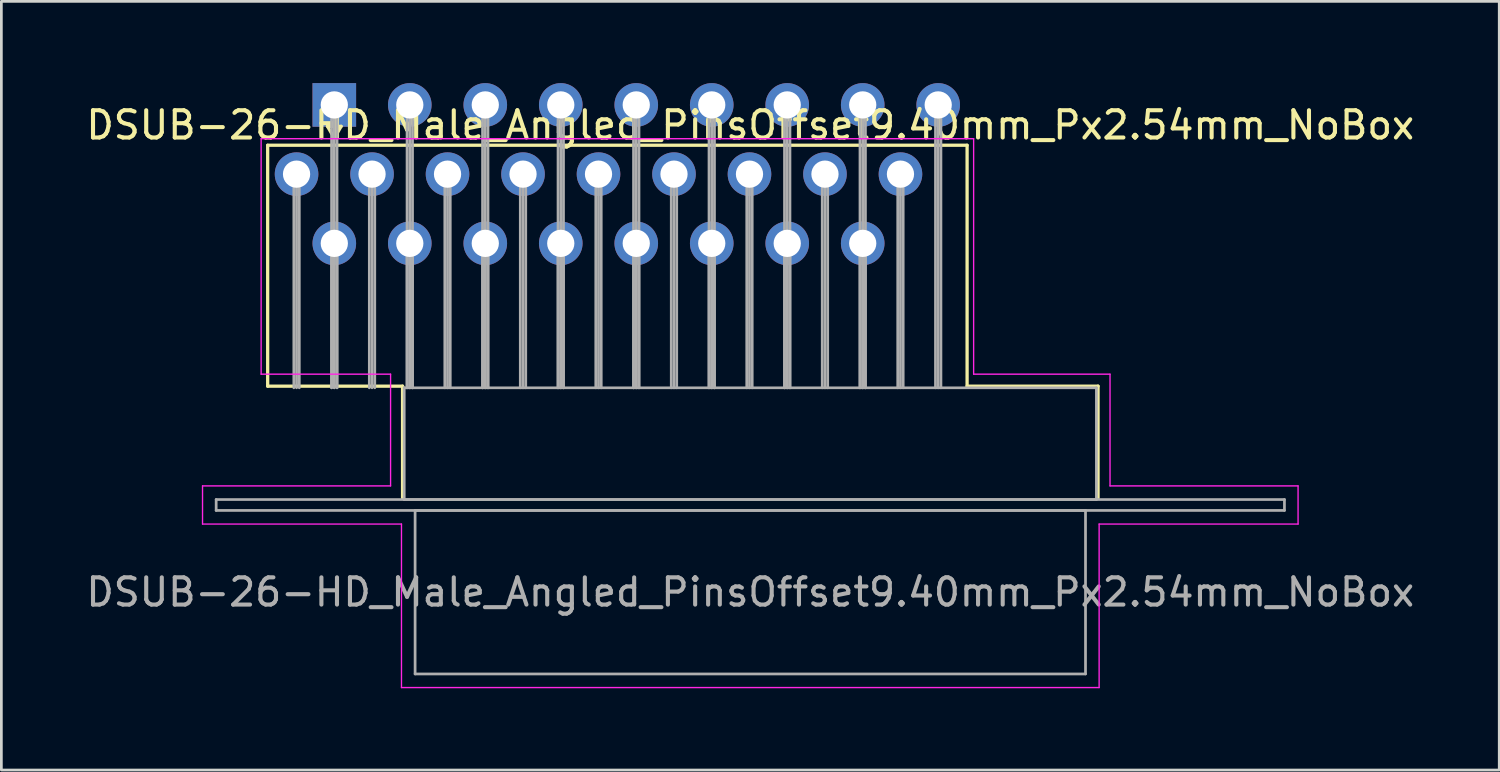
<source format=kicad_pcb>
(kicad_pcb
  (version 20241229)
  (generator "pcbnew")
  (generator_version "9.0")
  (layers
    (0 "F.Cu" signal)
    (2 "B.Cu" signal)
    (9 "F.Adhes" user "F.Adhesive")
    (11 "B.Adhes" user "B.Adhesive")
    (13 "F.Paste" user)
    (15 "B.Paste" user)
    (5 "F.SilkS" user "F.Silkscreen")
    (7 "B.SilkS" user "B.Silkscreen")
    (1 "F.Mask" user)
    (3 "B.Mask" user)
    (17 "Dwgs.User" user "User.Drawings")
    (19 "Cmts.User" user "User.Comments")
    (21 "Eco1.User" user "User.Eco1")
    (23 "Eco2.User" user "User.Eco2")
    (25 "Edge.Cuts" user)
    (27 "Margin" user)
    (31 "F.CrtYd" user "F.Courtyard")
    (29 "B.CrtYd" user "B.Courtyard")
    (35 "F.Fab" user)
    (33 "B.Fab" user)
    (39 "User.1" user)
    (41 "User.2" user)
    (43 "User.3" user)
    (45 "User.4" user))
  (footprint "DSUB-26-HD_Male_Angled_PinsOffset9.40mm_Px2.54mm_NoBox"
    (layer "F.Cu")
    (at 9.217 0.8)
    (property "Reference" "DSUB-26-HD_Male_Angled_PinsOffset9.40mm_Px2.54mm_NoBox" (at 15.265 0.74 0) (layer "F.SilkS") (effects (font (size 1 1) (thickness 0.15))))
    (attr through_hole)
    (fp_line (start -2.445 1.48) (end 23.22 1.48) (stroke (width 0.12) (type solid)) (layer "F.SilkS"))
    (fp_line (start -2.445 10.32) (end -2.445 1.48) (stroke (width 0.12) (type solid)) (layer "F.SilkS"))
    (fp_line (start -0.25 0.786) (end 0.25 0.786) (stroke (width 0.12) (type solid)) (layer "F.SilkS"))
    (fp_line (start 0 1.219) (end -0.25 0.786) (stroke (width 0.12) (type solid)) (layer "F.SilkS"))
    (fp_line (start 0.25 0.786) (end 0 1.219) (stroke (width 0.12) (type solid)) (layer "F.SilkS"))
    (fp_line (start 2.505 10.32) (end -2.445 10.32) (stroke (width 0.12) (type solid)) (layer "F.SilkS"))
    (fp_line (start 2.505 14.42) (end 2.505 10.32) (stroke (width 0.12) (type solid)) (layer "F.SilkS"))
    (fp_line (start 23.22 1.48) (end 23.22 10.32) (stroke (width 0.12) (type solid)) (layer "F.SilkS"))
    (fp_line (start 23.22 10.32) (end 28.025 10.32) (stroke (width 0.12) (type solid)) (layer "F.SilkS"))
    (fp_line (start 28.025 10.32) (end 28.025 14.42) (stroke (width 0.12) (type solid)) (layer "F.SilkS"))
    (fp_line (start -4.835 13.98) (end 2.065 13.98) (stroke (width 0.05) (type solid)) (layer "F.CrtYd"))
    (fp_line (start -4.835 15.38) (end -4.835 13.98) (stroke (width 0.05) (type solid)) (layer "F.CrtYd"))
    (fp_line (start -2.685 1.24) (end 23.46 1.24) (stroke (width 0.05) (type solid)) (layer "F.CrtYd"))
    (fp_line (start -2.685 9.88) (end -2.685 1.24) (stroke (width 0.05) (type solid)) (layer "F.CrtYd"))
    (fp_line (start 2.065 9.88) (end -2.685 9.88) (stroke (width 0.05) (type solid)) (layer "F.CrtYd"))
    (fp_line (start 2.065 13.98) (end 2.065 9.88) (stroke (width 0.05) (type solid)) (layer "F.CrtYd"))
    (fp_line (start 2.465 15.38) (end -4.835 15.38) (stroke (width 0.05) (type solid)) (layer "F.CrtYd"))
    (fp_line (start 2.465 21.38) (end 2.465 15.38) (stroke (width 0.05) (type solid)) (layer "F.CrtYd"))
    (fp_line (start 23.46 1.24) (end 23.46 9.88) (stroke (width 0.05) (type solid)) (layer "F.CrtYd"))
    (fp_line (start 23.46 9.88) (end 28.465 9.88) (stroke (width 0.05) (type solid)) (layer "F.CrtYd"))
    (fp_line (start 28.065 15.38) (end 28.065 21.38) (stroke (width 0.05) (type solid)) (layer "F.CrtYd"))
    (fp_line (start 28.065 21.38) (end 2.465 21.38) (stroke (width 0.05) (type solid)) (layer "F.CrtYd"))
    (fp_line (start 28.465 9.88) (end 28.465 13.98) (stroke (width 0.05) (type solid)) (layer "F.CrtYd"))
    (fp_line (start 28.465 13.98) (end 35.365 13.98) (stroke (width 0.05) (type solid)) (layer "F.CrtYd"))
    (fp_line (start 35.365 13.98) (end 35.365 15.38) (stroke (width 0.05) (type solid)) (layer "F.CrtYd"))
    (fp_line (start 35.365 15.38) (end 28.065 15.38) (stroke (width 0.05) (type solid)) (layer "F.CrtYd"))
    (fp_line (start -4.335 14.48) (end -4.335 14.88) (stroke (width 0.1) (type solid)) (layer "F.Fab"))
    (fp_line (start -4.335 14.88) (end 34.865 14.88) (stroke (width 0.1) (type solid)) (layer "F.Fab"))
    (fp_line (start -1.485 2.54) (end -1.485 10.38) (stroke (width 0.1) (type solid)) (layer "F.Fab"))
    (fp_line (start -1.385 2.54) (end -1.385 10.38) (stroke (width 0.1) (type solid)) (layer "F.Fab"))
    (fp_line (start -1.285 2.54) (end -1.285 10.38) (stroke (width 0.1) (type solid)) (layer "F.Fab"))
    (fp_line (start -0.1 0) (end -0.1 10.38) (stroke (width 0.1) (type solid)) (layer "F.Fab"))
    (fp_line (start -0.1 5.08) (end -0.1 10.38) (stroke (width 0.1) (type solid)) (layer "F.Fab"))
    (fp_line (start 0 0) (end 0 10.38) (stroke (width 0.1) (type solid)) (layer "F.Fab"))
    (fp_line (start 0 5.08) (end 0 10.38) (stroke (width 0.1) (type solid)) (layer "F.Fab"))
    (fp_line (start 0.1 0) (end 0.1 10.38) (stroke (width 0.1) (type solid)) (layer "F.Fab"))
    (fp_line (start 0.1 5.08) (end 0.1 10.38) (stroke (width 0.1) (type solid)) (layer "F.Fab"))
    (fp_line (start 1.285 2.54) (end 1.285 10.38) (stroke (width 0.1) (type solid)) (layer "F.Fab"))
    (fp_line (start 1.385 2.54) (end 1.385 10.38) (stroke (width 0.1) (type solid)) (layer "F.Fab"))
    (fp_line (start 1.485 2.54) (end 1.485 10.38) (stroke (width 0.1) (type solid)) (layer "F.Fab"))
    (fp_line (start 2.565 10.38) (end 2.565 14.48) (stroke (width 0.1) (type solid)) (layer "F.Fab"))
    (fp_line (start 2.565 14.48) (end 27.965 14.48) (stroke (width 0.1) (type solid)) (layer "F.Fab"))
    (fp_line (start 2.67 0) (end 2.67 10.38) (stroke (width 0.1) (type solid)) (layer "F.Fab"))
    (fp_line (start 2.67 5.08) (end 2.67 10.38) (stroke (width 0.1) (type solid)) (layer "F.Fab"))
    (fp_line (start 2.77 0) (end 2.77 10.38) (stroke (width 0.1) (type solid)) (layer "F.Fab"))
    (fp_line (start 2.77 5.08) (end 2.77 10.38) (stroke (width 0.1) (type solid)) (layer "F.Fab"))
    (fp_line (start 2.87 0) (end 2.87 10.38) (stroke (width 0.1) (type solid)) (layer "F.Fab"))
    (fp_line (start 2.87 5.08) (end 2.87 10.38) (stroke (width 0.1) (type solid)) (layer "F.Fab"))
    (fp_line (start 2.965 14.88) (end 2.965 20.88) (stroke (width 0.1) (type solid)) (layer "F.Fab"))
    (fp_line (start 2.965 20.88) (end 27.565 20.88) (stroke (width 0.1) (type solid)) (layer "F.Fab"))
    (fp_line (start 4.055 2.54) (end 4.055 10.38) (stroke (width 0.1) (type solid)) (layer "F.Fab"))
    (fp_line (start 4.155 2.54) (end 4.155 10.38) (stroke (width 0.1) (type solid)) (layer "F.Fab"))
    (fp_line (start 4.255 2.54) (end 4.255 10.38) (stroke (width 0.1) (type solid)) (layer "F.Fab"))
    (fp_line (start 5.44 0) (end 5.44 10.38) (stroke (width 0.1) (type solid)) (layer "F.Fab"))
    (fp_line (start 5.44 5.08) (end 5.44 10.38) (stroke (width 0.1) (type solid)) (layer "F.Fab"))
    (fp_line (start 5.54 0) (end 5.54 10.38) (stroke (width 0.1) (type solid)) (layer "F.Fab"))
    (fp_line (start 5.54 5.08) (end 5.54 10.38) (stroke (width 0.1) (type solid)) (layer "F.Fab"))
    (fp_line (start 5.64 0) (end 5.64 10.38) (stroke (width 0.1) (type solid)) (layer "F.Fab"))
    (fp_line (start 5.64 5.08) (end 5.64 10.38) (stroke (width 0.1) (type solid)) (layer "F.Fab"))
    (fp_line (start 6.825 2.54) (end 6.825 10.38) (stroke (width 0.1) (type solid)) (layer "F.Fab"))
    (fp_line (start 6.925 2.54) (end 6.925 10.38) (stroke (width 0.1) (type solid)) (layer "F.Fab"))
    (fp_line (start 7.025 2.54) (end 7.025 10.38) (stroke (width 0.1) (type solid)) (layer "F.Fab"))
    (fp_line (start 8.21 0) (end 8.21 10.38) (stroke (width 0.1) (type solid)) (layer "F.Fab"))
    (fp_line (start 8.21 5.08) (end 8.21 10.38) (stroke (width 0.1) (type solid)) (layer "F.Fab"))
    (fp_line (start 8.31 0) (end 8.31 10.38) (stroke (width 0.1) (type solid)) (layer "F.Fab"))
    (fp_line (start 8.31 5.08) (end 8.31 10.38) (stroke (width 0.1) (type solid)) (layer "F.Fab"))
    (fp_line (start 8.41 0) (end 8.41 10.38) (stroke (width 0.1) (type solid)) (layer "F.Fab"))
    (fp_line (start 8.41 5.08) (end 8.41 10.38) (stroke (width 0.1) (type solid)) (layer "F.Fab"))
    (fp_line (start 9.595 2.54) (end 9.595 10.38) (stroke (width 0.1) (type solid)) (layer "F.Fab"))
    (fp_line (start 9.695 2.54) (end 9.695 10.38) (stroke (width 0.1) (type solid)) (layer "F.Fab"))
    (fp_line (start 9.795 2.54) (end 9.795 10.38) (stroke (width 0.1) (type solid)) (layer "F.Fab"))
    (fp_line (start 10.98 0) (end 10.98 10.38) (stroke (width 0.1) (type solid)) (layer "F.Fab"))
    (fp_line (start 10.98 5.08) (end 10.98 10.38) (stroke (width 0.1) (type solid)) (layer "F.Fab"))
    (fp_line (start 11.08 0) (end 11.08 10.38) (stroke (width 0.1) (type solid)) (layer "F.Fab"))
    (fp_line (start 11.08 5.08) (end 11.08 10.38) (stroke (width 0.1) (type solid)) (layer "F.Fab"))
    (fp_line (start 11.18 0) (end 11.18 10.38) (stroke (width 0.1) (type solid)) (layer "F.Fab"))
    (fp_line (start 11.18 5.08) (end 11.18 10.38) (stroke (width 0.1) (type solid)) (layer "F.Fab"))
    (fp_line (start 12.365 2.54) (end 12.365 10.38) (stroke (width 0.1) (type solid)) (layer "F.Fab"))
    (fp_line (start 12.465 2.54) (end 12.465 10.38) (stroke (width 0.1) (type solid)) (layer "F.Fab"))
    (fp_line (start 12.565 2.54) (end 12.565 10.38) (stroke (width 0.1) (type solid)) (layer "F.Fab"))
    (fp_line (start 13.75 0) (end 13.75 10.38) (stroke (width 0.1) (type solid)) (layer "F.Fab"))
    (fp_line (start 13.75 5.08) (end 13.75 10.38) (stroke (width 0.1) (type solid)) (layer "F.Fab"))
    (fp_line (start 13.85 0) (end 13.85 10.38) (stroke (width 0.1) (type solid)) (layer "F.Fab"))
    (fp_line (start 13.85 5.08) (end 13.85 10.38) (stroke (width 0.1) (type solid)) (layer "F.Fab"))
    (fp_line (start 13.95 0) (end 13.95 10.38) (stroke (width 0.1) (type solid)) (layer "F.Fab"))
    (fp_line (start 13.95 5.08) (end 13.95 10.38) (stroke (width 0.1) (type solid)) (layer "F.Fab"))
    (fp_line (start 15.135 2.54) (end 15.135 10.38) (stroke (width 0.1) (type solid)) (layer "F.Fab"))
    (fp_line (start 15.235 2.54) (end 15.235 10.38) (stroke (width 0.1) (type solid)) (layer "F.Fab"))
    (fp_line (start 15.335 2.54) (end 15.335 10.38) (stroke (width 0.1) (type solid)) (layer "F.Fab"))
    (fp_line (start 16.52 0) (end 16.52 10.38) (stroke (width 0.1) (type solid)) (layer "F.Fab"))
    (fp_line (start 16.52 5.08) (end 16.52 10.38) (stroke (width 0.1) (type solid)) (layer "F.Fab"))
    (fp_line (start 16.62 0) (end 16.62 10.38) (stroke (width 0.1) (type solid)) (layer "F.Fab"))
    (fp_line (start 16.62 5.08) (end 16.62 10.38) (stroke (width 0.1) (type solid)) (layer "F.Fab"))
    (fp_line (start 16.72 0) (end 16.72 10.38) (stroke (width 0.1) (type solid)) (layer "F.Fab"))
    (fp_line (start 16.72 5.08) (end 16.72 10.38) (stroke (width 0.1) (type solid)) (layer "F.Fab"))
    (fp_line (start 17.905 2.54) (end 17.905 10.38) (stroke (width 0.1) (type solid)) (layer "F.Fab"))
    (fp_line (start 18.005 2.54) (end 18.005 10.38) (stroke (width 0.1) (type solid)) (layer "F.Fab"))
    (fp_line (start 18.105 2.54) (end 18.105 10.38) (stroke (width 0.1) (type solid)) (layer "F.Fab"))
    (fp_line (start 19.29 0) (end 19.29 10.38) (stroke (width 0.1) (type solid)) (layer "F.Fab"))
    (fp_line (start 19.29 5.08) (end 19.29 10.38) (stroke (width 0.1) (type solid)) (layer "F.Fab"))
    (fp_line (start 19.39 0) (end 19.39 10.38) (stroke (width 0.1) (type solid)) (layer "F.Fab"))
    (fp_line (start 19.39 5.08) (end 19.39 10.38) (stroke (width 0.1) (type solid)) (layer "F.Fab"))
    (fp_line (start 19.49 0) (end 19.49 10.38) (stroke (width 0.1) (type solid)) (layer "F.Fab"))
    (fp_line (start 19.49 5.08) (end 19.49 10.38) (stroke (width 0.1) (type solid)) (layer "F.Fab"))
    (fp_line (start 20.675 2.54) (end 20.675 10.38) (stroke (width 0.1) (type solid)) (layer "F.Fab"))
    (fp_line (start 20.775 2.54) (end 20.775 10.38) (stroke (width 0.1) (type solid)) (layer "F.Fab"))
    (fp_line (start 20.875 2.54) (end 20.875 10.38) (stroke (width 0.1) (type solid)) (layer "F.Fab"))
    (fp_line (start 22.06 0) (end 22.06 10.38) (stroke (width 0.1) (type solid)) (layer "F.Fab"))
    (fp_line (start 22.16 0) (end 22.16 10.38) (stroke (width 0.1) (type solid)) (layer "F.Fab"))
    (fp_line (start 22.26 0) (end 22.26 10.38) (stroke (width 0.1) (type solid)) (layer "F.Fab"))
    (fp_line (start 27.565 14.88) (end 2.965 14.88) (stroke (width 0.1) (type solid)) (layer "F.Fab"))
    (fp_line (start 27.565 20.88) (end 27.565 14.88) (stroke (width 0.1) (type solid)) (layer "F.Fab"))
    (fp_line (start 27.965 10.38) (end 2.565 10.38) (stroke (width 0.1) (type solid)) (layer "F.Fab"))
    (fp_line (start 27.965 14.48) (end 27.965 10.38) (stroke (width 0.1) (type solid)) (layer "F.Fab"))
    (fp_line (start 34.865 14.48) (end -4.335 14.48) (stroke (width 0.1) (type solid)) (layer "F.Fab"))
    (fp_line (start 34.865 14.88) (end 34.865 14.48) (stroke (width 0.1) (type solid)) (layer "F.Fab"))
    (fp_text user "${REFERENCE}" (at 15.265 17.88 0) (layer "F.Fab") (effects (font (size 1 1) (thickness 0.15))))
    (pad "1" thru_hole rect (at 0 0) (size 1.6 1.6) (drill 1) (layers "*.Cu" "*.Mask"))
    (pad "2" thru_hole circle (at 2.77 0) (size 1.6 1.6) (drill 1) (layers "*.Cu" "*.Mask"))
    (pad "3" thru_hole circle (at 5.54 0) (size 1.6 1.6) (drill 1) (layers "*.Cu" "*.Mask"))
    (pad "4" thru_hole circle (at 8.31 0) (size 1.6 1.6) (drill 1) (layers "*.Cu" "*.Mask"))
    (pad "5" thru_hole circle (at 11.08 0) (size 1.6 1.6) (drill 1) (layers "*.Cu" "*.Mask"))
    (pad "6" thru_hole circle (at 13.85 0) (size 1.6 1.6) (drill 1) (layers "*.Cu" "*.Mask"))
    (pad "7" thru_hole circle (at 16.62 0) (size 1.6 1.6) (drill 1) (layers "*.Cu" "*.Mask"))
    (pad "8" thru_hole circle (at 19.39 0) (size 1.6 1.6) (drill 1) (layers "*.Cu" "*.Mask"))
    (pad "9" thru_hole circle (at 22.16 0) (size 1.6 1.6) (drill 1) (layers "*.Cu" "*.Mask"))
    (pad "10" thru_hole circle (at -1.385 2.54) (size 1.6 1.6) (drill 1) (layers "*.Cu" "*.Mask"))
    (pad "11" thru_hole circle (at 1.385 2.54) (size 1.6 1.6) (drill 1) (layers "*.Cu" "*.Mask"))
    (pad "12" thru_hole circle (at 4.155 2.54) (size 1.6 1.6) (drill 1) (layers "*.Cu" "*.Mask"))
    (pad "13" thru_hole circle (at 6.925 2.54) (size 1.6 1.6) (drill 1) (layers "*.Cu" "*.Mask"))
    (pad "14" thru_hole circle (at 9.695 2.54) (size 1.6 1.6) (drill 1) (layers "*.Cu" "*.Mask"))
    (pad "15" thru_hole circle (at 12.465 2.54) (size 1.6 1.6) (drill 1) (layers "*.Cu" "*.Mask"))
    (pad "16" thru_hole circle (at 15.235 2.54) (size 1.6 1.6) (drill 1) (layers "*.Cu" "*.Mask"))
    (pad "17" thru_hole circle (at 18.005 2.54) (size 1.6 1.6) (drill 1) (layers "*.Cu" "*.Mask"))
    (pad "18" thru_hole circle (at 20.775 2.54) (size 1.6 1.6) (drill 1) (layers "*.Cu" "*.Mask"))
    (pad "19" thru_hole circle (at 0 5.08) (size 1.6 1.6) (drill 1) (layers "*.Cu" "*.Mask"))
    (pad "20" thru_hole circle (at 2.77 5.08) (size 1.6 1.6) (drill 1) (layers "*.Cu" "*.Mask"))
    (pad "21" thru_hole circle (at 5.54 5.08) (size 1.6 1.6) (drill 1) (layers "*.Cu" "*.Mask"))
    (pad "22" thru_hole circle (at 8.31 5.08) (size 1.6 1.6) (drill 1) (layers "*.Cu" "*.Mask"))
    (pad "23" thru_hole circle (at 11.08 5.08) (size 1.6 1.6) (drill 1) (layers "*.Cu" "*.Mask"))
    (pad "24" thru_hole circle (at 13.85 5.08) (size 1.6 1.6) (drill 1) (layers "*.Cu" "*.Mask"))
    (pad "25" thru_hole circle (at 16.62 5.08) (size 1.6 1.6) (drill 1) (layers "*.Cu" "*.Mask"))
    (pad "26" thru_hole circle (at 19.39 5.08) (size 1.6 1.6) (drill 1) (layers "*.Cu" "*.Mask")))
  (gr_rect
    (start -3 -3)
    (end 51.964 25.205)
    (stroke (width 0.1) (type default))
    (fill no)
    (layer "Edge.Cuts")))
</source>
